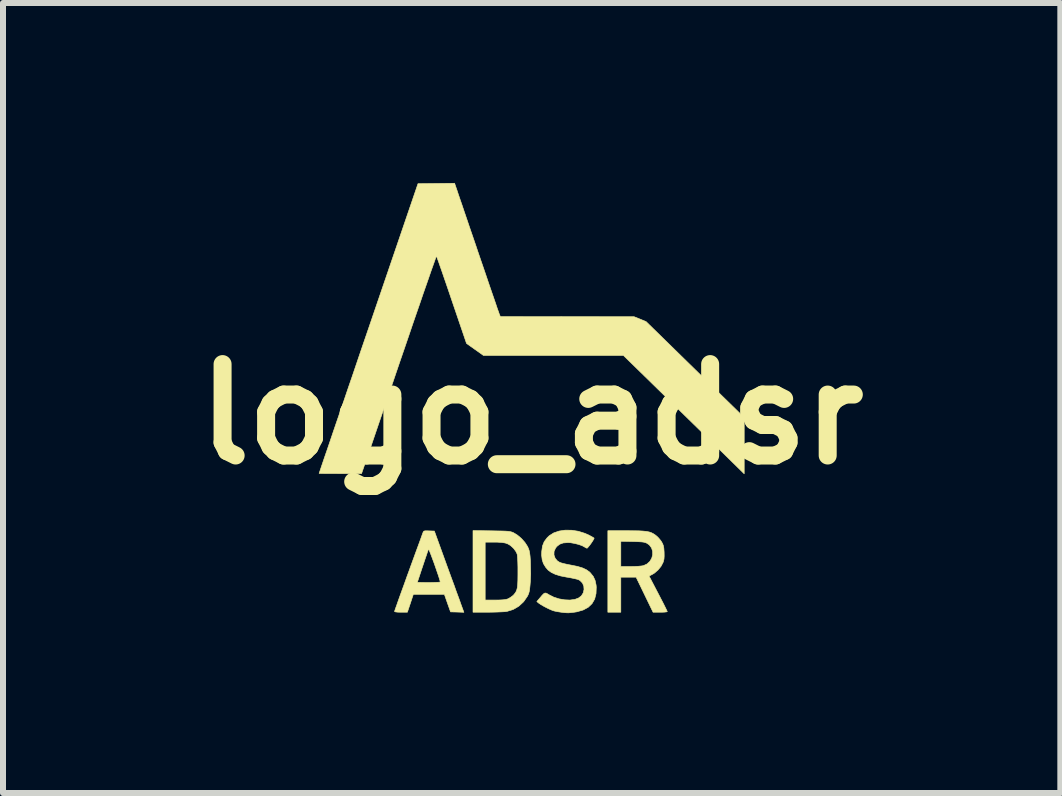
<source format=kicad_pcb>
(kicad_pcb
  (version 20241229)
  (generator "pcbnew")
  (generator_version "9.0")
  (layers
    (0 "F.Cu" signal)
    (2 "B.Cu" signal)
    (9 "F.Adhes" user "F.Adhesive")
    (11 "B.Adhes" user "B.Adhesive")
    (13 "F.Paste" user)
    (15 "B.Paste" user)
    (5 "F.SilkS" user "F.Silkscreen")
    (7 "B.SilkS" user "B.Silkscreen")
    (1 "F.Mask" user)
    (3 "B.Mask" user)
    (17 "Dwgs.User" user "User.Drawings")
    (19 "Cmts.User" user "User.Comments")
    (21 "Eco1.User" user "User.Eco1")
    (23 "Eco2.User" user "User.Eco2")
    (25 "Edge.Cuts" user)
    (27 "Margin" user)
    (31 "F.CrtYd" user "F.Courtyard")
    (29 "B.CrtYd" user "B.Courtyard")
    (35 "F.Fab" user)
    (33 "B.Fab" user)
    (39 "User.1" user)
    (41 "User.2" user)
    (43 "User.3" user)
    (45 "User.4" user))
  (footprint "logo_adsr"
    (layer "F.Cu")
    (at 5.813 3.854)
    (property "Reference" "logo_adsr" (at 0 0 0) (layer "F.SilkS") (effects (font (size 1.524 1.524) (thickness 0.3))))
    (attr through_hole)
    (fp_poly (pts (xy 1.692 1.944) (xy 1.783 1.945) (xy 1.855 1.949) (xy 1.913 1.955) (xy 1.959 1.964) (xy 1.997 1.977) (xy 2.03 1.994) (xy 2.063 2.016) (xy 2.072 2.023) (xy 2.112 2.06) (xy 2.15 2.105) (xy 2.164 2.126) (xy 2.183 2.16) (xy 2.195 2.192) (xy 2.203 2.231) (xy 2.207 2.286) (xy 2.208 2.3) (xy 2.209 2.366) (xy 2.206 2.415) (xy 2.196 2.455) (xy 2.19 2.473) (xy 2.156 2.537) (xy 2.105 2.599) (xy 2.046 2.65) (xy 2.011 2.671) (xy 1.957 2.699) (xy 2.109 2.99) (xy 2.15 3.069) (xy 2.187 3.14) (xy 2.218 3.202) (xy 2.241 3.249) (xy 2.256 3.28) (xy 2.261 3.292) (xy 2.249 3.296) (xy 2.217 3.3) (xy 2.171 3.302) (xy 2.142 3.302) (xy 2.024 3.302) (xy 1.741 2.718) (xy 1.486 2.718) (xy 1.486 3.302) (xy 1.27 3.302) (xy 1.27 2.54) (xy 1.486 2.54) (xy 1.648 2.54) (xy 1.715 2.539) (xy 1.777 2.536) (xy 1.828 2.531) (xy 1.861 2.526) (xy 1.861 2.526) (xy 1.922 2.498) (xy 1.969 2.456) (xy 2.001 2.403) (xy 2.017 2.345) (xy 2.016 2.285) (xy 1.998 2.229) (xy 1.962 2.181) (xy 1.923 2.153) (xy 1.9 2.143) (xy 1.873 2.135) (xy 1.838 2.13) (xy 1.79 2.127) (xy 1.724 2.124) (xy 1.68 2.123) (xy 1.486 2.119) (xy 1.486 2.54) (xy 1.27 2.54) (xy 1.27 1.943) (xy 1.579 1.943) (xy 1.692 1.944)) (stroke (width 0.01) (type solid)) (fill yes) (layer "F.SilkS"))
    (fp_poly (pts (xy -0.67 1.945) (xy -0.572 1.947) (xy -0.497 1.948) (xy -0.439 1.95) (xy -0.396 1.953) (xy -0.364 1.957) (xy -0.339 1.963) (xy -0.318 1.97) (xy -0.302 1.977) (xy -0.237 2.017) (xy -0.171 2.073) (xy -0.113 2.138) (xy -0.07 2.204) (xy -0.069 2.205) (xy -0.054 2.239) (xy -0.042 2.273) (xy -0.034 2.312) (xy -0.027 2.364) (xy -0.022 2.433) (xy -0.021 2.443) (xy -0.016 2.665) (xy -0.022 2.789) (xy -0.028 2.863) (xy -0.034 2.918) (xy -0.041 2.958) (xy -0.05 2.99) (xy -0.062 3.018) (xy -0.072 3.037) (xy -0.134 3.127) (xy -0.214 3.201) (xy -0.306 3.255) (xy -0.407 3.287) (xy -0.412 3.288) (xy -0.449 3.293) (xy -0.506 3.296) (xy -0.577 3.299) (xy -0.656 3.301) (xy -0.733 3.302) (xy -0.978 3.302) (xy -0.978 2.134) (xy -0.775 2.134) (xy -0.775 3.099) (xy -0.606 3.099) (xy -0.532 3.098) (xy -0.477 3.095) (xy -0.438 3.09) (xy -0.407 3.083) (xy -0.387 3.075) (xy -0.346 3.05) (xy -0.308 3.021) (xy -0.302 3.015) (xy -0.279 2.987) (xy -0.261 2.96) (xy -0.248 2.928) (xy -0.238 2.888) (xy -0.233 2.836) (xy -0.23 2.768) (xy -0.229 2.68) (xy -0.229 2.632) (xy -0.229 2.55) (xy -0.231 2.474) (xy -0.234 2.409) (xy -0.238 2.36) (xy -0.242 2.332) (xy -0.263 2.289) (xy -0.298 2.241) (xy -0.316 2.223) (xy -0.354 2.189) (xy -0.394 2.165) (xy -0.44 2.148) (xy -0.498 2.139) (xy -0.572 2.134) (xy -0.634 2.134) (xy -0.775 2.134) (xy -0.978 2.134) (xy -0.978 1.941) (xy -0.67 1.945)) (stroke (width 0.01) (type solid)) (fill yes) (layer "F.SilkS"))
    (fp_poly (pts (xy -1.737 1.945) (xy -1.711 1.946) (xy -1.622 1.949) (xy -1.417 2.515) (xy -1.374 2.633) (xy -1.332 2.748) (xy -1.292 2.856) (xy -1.257 2.955) (xy -1.225 3.041) (xy -1.199 3.112) (xy -1.181 3.164) (xy -1.171 3.191) (xy -1.13 3.303) (xy -1.241 3.299) (xy -1.352 3.296) (xy -1.404 3.15) (xy -1.455 3.004) (xy -1.973 3.004) (xy -2.022 3.153) (xy -2.072 3.302) (xy -2.179 3.302) (xy -2.23 3.301) (xy -2.267 3.297) (xy -2.285 3.291) (xy -2.286 3.29) (xy -2.282 3.276) (xy -2.27 3.24) (xy -2.25 3.185) (xy -2.225 3.113) (xy -2.194 3.026) (xy -2.158 2.927) (xy -2.118 2.817) (xy -2.113 2.803) (xy -1.905 2.803) (xy -1.893 2.804) (xy -1.86 2.805) (xy -1.81 2.806) (xy -1.749 2.807) (xy -1.714 2.807) (xy -1.648 2.806) (xy -1.592 2.804) (xy -1.55 2.802) (xy -1.527 2.799) (xy -1.524 2.797) (xy -1.528 2.778) (xy -1.539 2.741) (xy -1.555 2.69) (xy -1.576 2.629) (xy -1.599 2.562) (xy -1.623 2.493) (xy -1.648 2.425) (xy -1.671 2.363) (xy -1.691 2.311) (xy -1.707 2.272) (xy -1.717 2.25) (xy -1.719 2.248) (xy -1.725 2.265) (xy -1.738 2.301) (xy -1.755 2.352) (xy -1.776 2.413) (xy -1.799 2.482) (xy -1.823 2.553) (xy -1.846 2.622) (xy -1.867 2.686) (xy -1.885 2.74) (xy -1.898 2.779) (xy -1.904 2.801) (xy -1.905 2.803) (xy -2.113 2.803) (xy -2.076 2.699) (xy -2.056 2.645) (xy -2.012 2.523) (xy -1.97 2.408) (xy -1.931 2.301) (xy -1.896 2.206) (xy -1.866 2.124) (xy -1.842 2.058) (xy -1.825 2.01) (xy -1.815 1.982) (xy -1.813 1.977) (xy -1.805 1.959) (xy -1.794 1.949) (xy -1.774 1.945) (xy -1.737 1.945)) (stroke (width 0.01) (type solid)) (fill yes) (layer "F.SilkS"))
    (fp_poly (pts (xy 0.665 1.935) (xy 0.776 1.952) (xy 0.885 1.986) (xy 0.949 2.014) (xy 0.992 2.037) (xy 1.024 2.055) (xy 1.04 2.066) (xy 1.041 2.068) (xy 1.034 2.085) (xy 1.017 2.114) (xy 0.993 2.15) (xy 0.967 2.186) (xy 0.943 2.215) (xy 0.926 2.233) (xy 0.922 2.235) (xy 0.902 2.227) (xy 0.884 2.216) (xy 0.842 2.193) (xy 0.783 2.172) (xy 0.715 2.155) (xy 0.647 2.143) (xy 0.603 2.141) (xy 0.526 2.147) (xy 0.467 2.168) (xy 0.419 2.206) (xy 0.397 2.235) (xy 0.373 2.29) (xy 0.372 2.348) (xy 0.392 2.403) (xy 0.43 2.448) (xy 0.466 2.47) (xy 0.497 2.481) (xy 0.547 2.494) (xy 0.606 2.507) (xy 0.659 2.517) (xy 0.763 2.538) (xy 0.846 2.563) (xy 0.911 2.593) (xy 0.963 2.63) (xy 0.976 2.643) (xy 1.026 2.704) (xy 1.057 2.77) (xy 1.074 2.849) (xy 1.077 2.884) (xy 1.073 2.991) (xy 1.05 3.083) (xy 1.006 3.159) (xy 0.942 3.22) (xy 0.858 3.265) (xy 0.754 3.295) (xy 0.709 3.302) (xy 0.656 3.308) (xy 0.616 3.312) (xy 0.58 3.311) (xy 0.539 3.308) (xy 0.485 3.301) (xy 0.433 3.293) (xy 0.384 3.283) (xy 0.358 3.276) (xy 0.315 3.259) (xy 0.262 3.234) (xy 0.206 3.205) (xy 0.156 3.176) (xy 0.12 3.152) (xy 0.116 3.149) (xy 0.086 3.124) (xy 0.138 3.063) (xy 0.175 3.019) (xy 0.201 2.993) (xy 0.222 2.982) (xy 0.243 2.984) (xy 0.269 2.998) (xy 0.288 3.01) (xy 0.367 3.05) (xy 0.456 3.079) (xy 0.549 3.095) (xy 0.638 3.099) (xy 0.72 3.088) (xy 0.78 3.066) (xy 0.829 3.029) (xy 0.86 2.979) (xy 0.873 2.923) (xy 0.869 2.867) (xy 0.847 2.815) (xy 0.806 2.774) (xy 0.788 2.763) (xy 0.762 2.753) (xy 0.716 2.742) (xy 0.658 2.73) (xy 0.593 2.718) (xy 0.589 2.718) (xy 0.482 2.697) (xy 0.396 2.671) (xy 0.328 2.639) (xy 0.274 2.599) (xy 0.234 2.553) (xy 0.196 2.491) (xy 0.175 2.426) (xy 0.166 2.351) (xy 0.168 2.288) (xy 0.18 2.199) (xy 0.209 2.126) (xy 0.258 2.061) (xy 0.293 2.027) (xy 0.367 1.98) (xy 0.457 1.949) (xy 0.557 1.934) (xy 0.665 1.935)) (stroke (width 0.01) (type solid)) (fill yes) (layer "F.SilkS"))
    (fp_poly (pts (xy -1.264 -3.788) (xy -1.257 -3.767) (xy -1.242 -3.724) (xy -1.221 -3.66) (xy -1.193 -3.578) (xy -1.159 -3.48) (xy -1.121 -3.367) (xy -1.078 -3.241) (xy -1.032 -3.105) (xy -0.982 -2.96) (xy -0.93 -2.808) (xy -0.9 -2.718) (xy -0.847 -2.563) (xy -0.796 -2.415) (xy -0.748 -2.274) (xy -0.704 -2.144) (xy -0.663 -2.025) (xy -0.627 -1.921) (xy -0.596 -1.831) (xy -0.572 -1.759) (xy -0.553 -1.707) (xy -0.542 -1.675) (xy -0.539 -1.667) (xy -0.522 -1.626) (xy 0.593 -1.625) (xy 1.708 -1.624) (xy 1.808 -1.584) (xy 1.907 -1.543) (xy 2.725 -0.743) (xy 3.543 0.056) (xy 3.543 0.525) (xy 3.543 0.994) (xy 3 0.461) (xy 2.883 0.346) (xy 2.756 0.221) (xy 2.623 0.091) (xy 2.487 -0.042) (xy 2.354 -0.173) (xy 2.226 -0.298) (xy 2.107 -0.414) (xy 2.003 -0.516) (xy 1.994 -0.525) (xy 1.53 -0.978) (xy -0.803 -0.978) (xy -1.086 -1.179) (xy -1.333 -1.904) (xy -1.377 -2.034) (xy -1.419 -2.157) (xy -1.458 -2.27) (xy -1.493 -2.372) (xy -1.524 -2.46) (xy -1.549 -2.532) (xy -1.569 -2.587) (xy -1.582 -2.622) (xy -1.587 -2.635) (xy -1.587 -2.635) (xy -1.592 -2.624) (xy -1.605 -2.59) (xy -1.624 -2.535) (xy -1.651 -2.46) (xy -1.684 -2.367) (xy -1.722 -2.256) (xy -1.766 -2.13) (xy -1.815 -1.99) (xy -1.867 -1.837) (xy -1.924 -1.673) (xy -1.984 -1.499) (xy -2.046 -1.316) (xy -2.111 -1.126) (xy -2.126 -1.082) (xy -2.194 -0.885) (xy -2.26 -0.691) (xy -2.324 -0.502) (xy -2.387 -0.32) (xy -2.446 -0.146) (xy -2.502 0.018) (xy -2.554 0.17) (xy -2.601 0.308) (xy -2.643 0.431) (xy -2.679 0.537) (xy -2.709 0.624) (xy -2.732 0.69) (xy -2.747 0.733) (xy -2.836 0.991) (xy -3.189 0.991) (xy -3.281 0.99) (xy -3.364 0.99) (xy -3.435 0.99) (xy -3.491 0.989) (xy -3.528 0.988) (xy -3.543 0.988) (xy -3.543 0.987) (xy -3.539 0.975) (xy -3.527 0.94) (xy -3.508 0.883) (xy -3.482 0.806) (xy -3.449 0.709) (xy -3.409 0.594) (xy -3.364 0.461) (xy -3.314 0.313) (xy -3.258 0.149) (xy -3.197 -0.028) (xy -3.132 -0.218) (xy -3.064 -0.419) (xy -2.991 -0.631) (xy -2.916 -0.852) (xy -2.838 -1.082) (xy -2.757 -1.318) (xy -2.719 -1.429) (xy -1.895 -3.842) (xy -1.285 -3.849) (xy -1.264 -3.788)) (stroke (width 0.01) (type solid)) (fill yes) (layer "F.SilkS")))
  (gr_rect
    (start -3 -3)
    (end 14.626 10.17)
    (stroke (width 0.1) (type default))
    (fill no)
    (layer "Edge.Cuts")))
</source>
